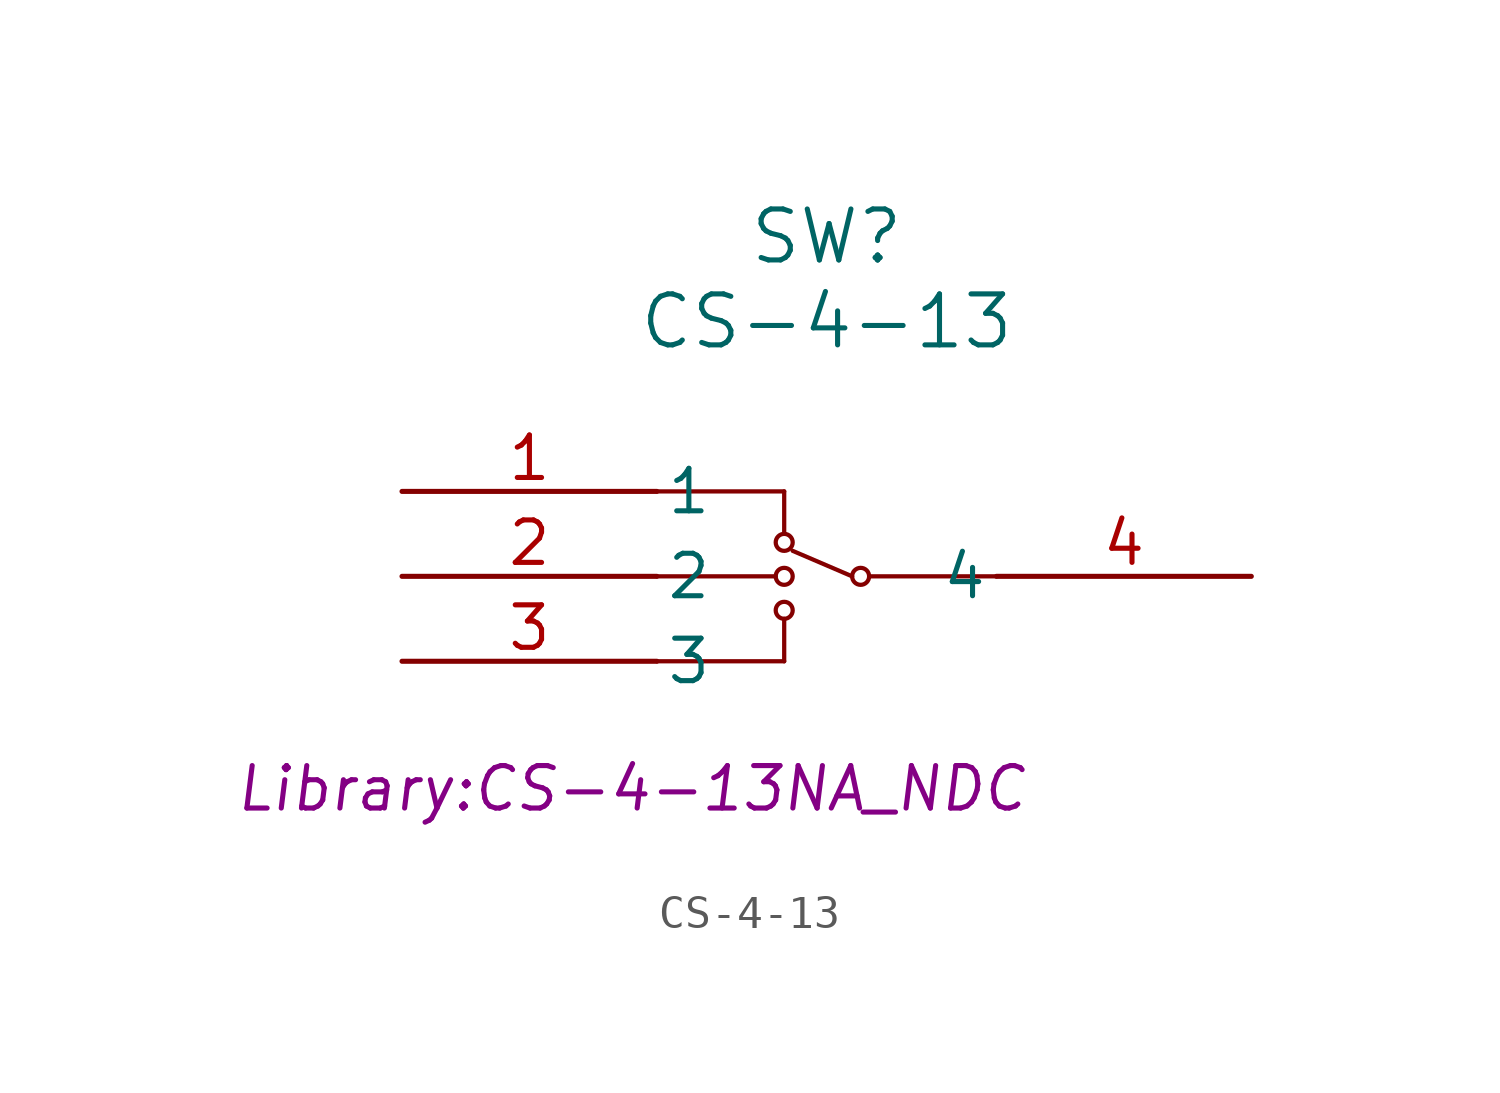
<source format=kicad_sym>
(kicad_symbol_lib
  (version 20231120)
  (generator "kicad_symbol_editor")
  (generator_version "8.0")
  (symbol "CS-4-13"
    (pin_names
      (offset 0.254))
    (property "Reference" "SW"
      (at 12.7 7.62 0)
      (effects (font (size 1.524 1.524))))
    (property "Value" "CS-4-13"
      (at 12.7 5.08 0)
      (effects (font (size 1.524 1.524))))
    (property "Footprint" "Library:CS-4-13NA_NDC"
      (at 6.858 -8.89 0)
      (effects (font (size 1.27 1.27) (italic yes))))
    (symbol "CS-4-13_0_1"
      (polyline (pts (xy 7.62 -5.08) (xy 11.43 -5.08)) (stroke (width 0.127) (type default)) (fill (type none)))
      (polyline (pts (xy 7.62 -2.54) (xy 11.176 -2.54)) (stroke (width 0.127) (type default)) (fill (type none)))
      (polyline (pts (xy 7.62 0) (xy 11.43 0)) (stroke (width 0.127) (type default)) (fill (type none)))
      (polyline (pts (xy 11.43 -5.08) (xy 11.43 -3.81)) (stroke (width 0.127) (type default)) (fill (type none)))
      (polyline (pts (xy 11.43 0) (xy 11.43 -1.27)) (stroke (width 0.127) (type default)) (fill (type none)))
      (polyline (pts (xy 13.462 -2.54) (xy 11.684 -1.778)) (stroke (width 0.127) (type default)) (fill (type none)))
      (polyline (pts (xy 17.78 -2.54) (xy 13.97 -2.54)) (stroke (width 0.127) (type default)) (fill (type none)))
      (circle (center 11.43 -3.556) (radius 0.254) (stroke (width 0.127) (type default)) (fill (type none)))
      (circle (center 11.43 -2.54) (radius 0.254) (stroke (width 0.127) (type default)) (fill (type none)))
      (circle (center 11.43 -1.524) (radius 0.254) (stroke (width 0.127) (type default)) (fill (type none)))
      (circle (center 13.716 -2.54) (radius 0.254) (stroke (width 0.127) (type default)) (fill (type none)))
      (pin unspecified line (at 0 0 0) (length 7.62) (name "1" (effects (font (size 1.27 1.27)))) (number "1" (effects (font (size 1.27 1.27)))))
      (pin unspecified line (at 0 -2.54 0) (length 7.62) (name "2" (effects (font (size 1.27 1.27)))) (number "2" (effects (font (size 1.27 1.27)))))
      (pin unspecified line (at 0 -5.08 0) (length 7.62) (name "3" (effects (font (size 1.27 1.27)))) (number "3" (effects (font (size 1.27 1.27)))))
      (pin unspecified line (at 25.4 -2.54 180) (length 7.62) (name "4" (effects (font (size 1.27 1.27)))) (number "4" (effects (font (size 1.27 1.27))))))))
</source>
